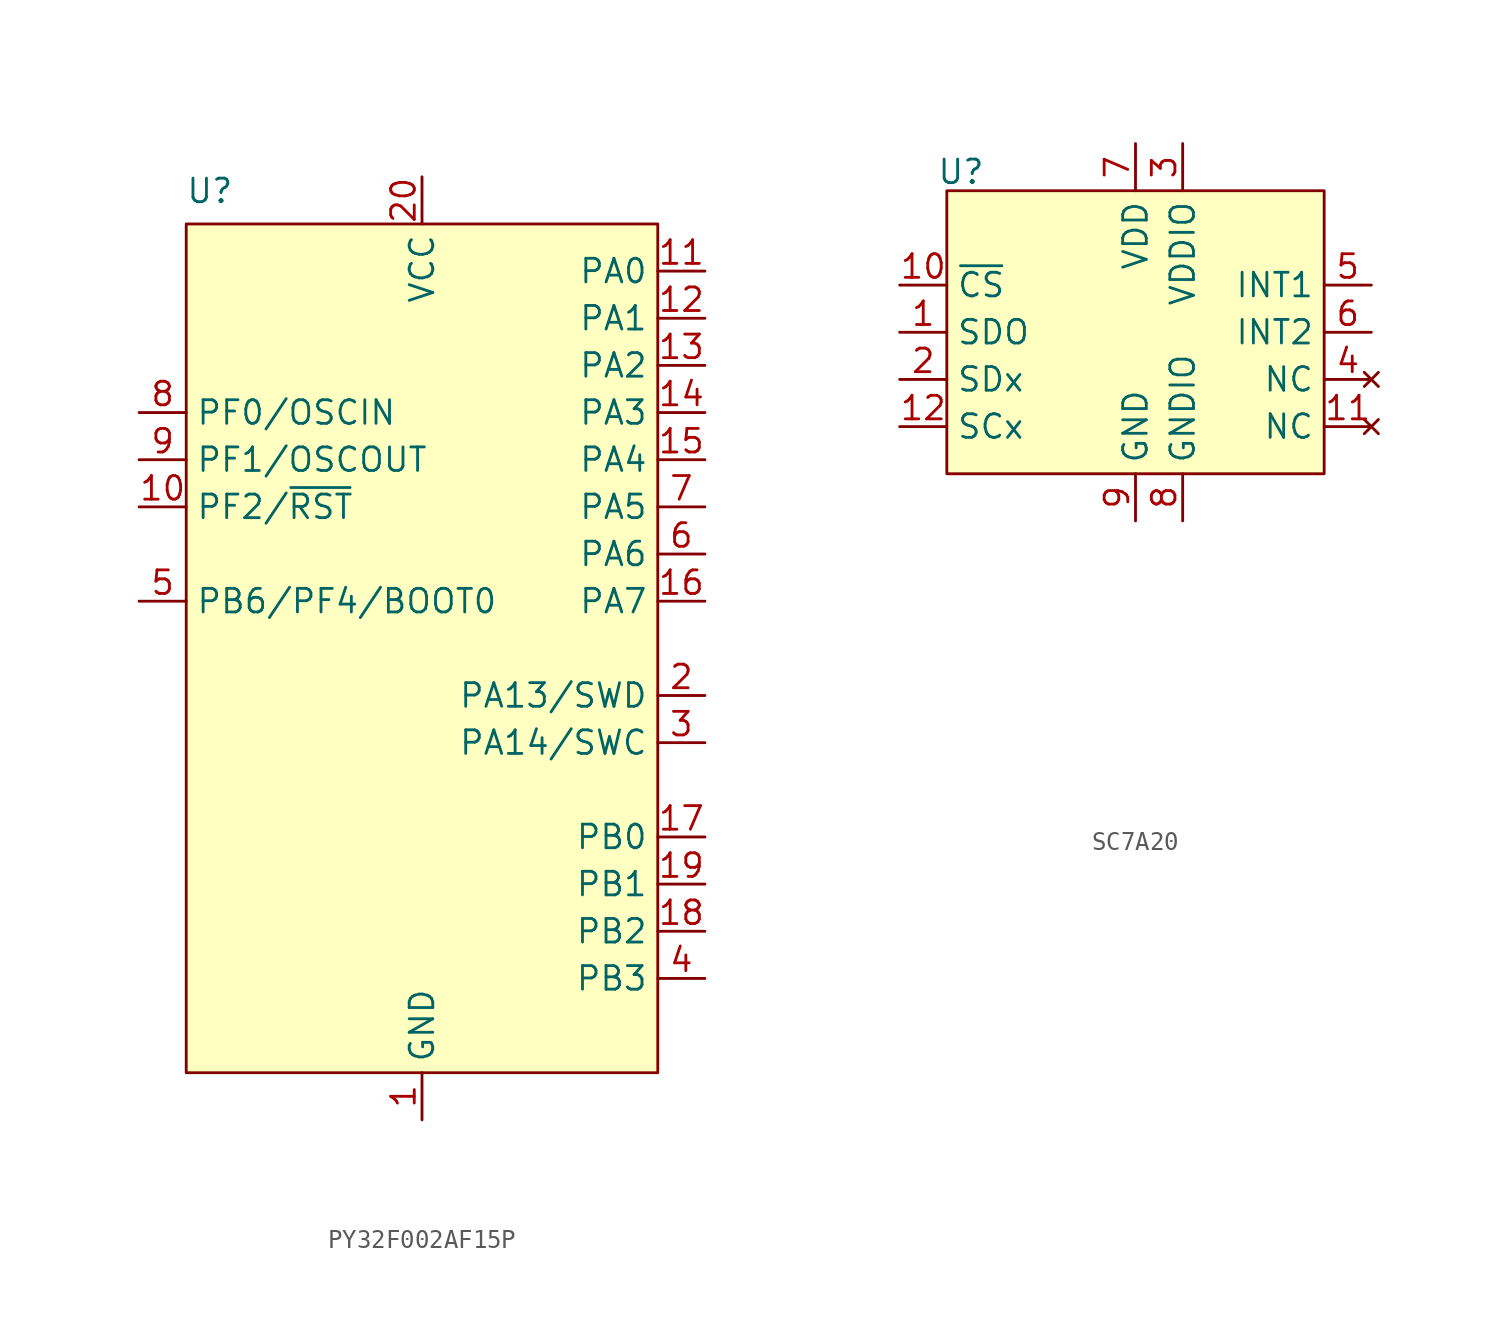
<source format=kicad_sym>
(kicad_symbol_lib
  (version 20231120)
  (generator "kicad_symbol_editor")
  (generator_version "8.0")
  (symbol "PY32F002AF15P"
    (property "Reference" "U"
      (at -11.43 24.638 0)
      (effects (font (size 1.27 1.27))))
    (property "Value" ""
      (at 0 0 0)
      (effects (font (size 1.27 1.27))))
    (symbol "PY32F002AF15P_1_1"
      (rectangle (start -12.7 22.86) (end 12.7 -22.86) (stroke (width 0) (type default)) (fill (type background)))
      (pin power_in line (at 0 -25.4 90) (length 2.54) (name "GND" (effects (font (size 1.27 1.27)))) (number "1" (effects (font (size 1.27 1.27)))))
      (pin bidirectional line (at -15.24 7.62 0) (length 2.54) (name "PF2/~{RST}" (effects (font (size 1.27 1.27)))) (number "10" (effects (font (size 1.27 1.27)))))
      (pin bidirectional line (at 15.24 20.32 180) (length 2.54) (name "PA0" (effects (font (size 1.27 1.27)))) (number "11" (effects (font (size 1.27 1.27)))))
      (pin bidirectional line (at 15.24 17.78 180) (length 2.54) (name "PA1" (effects (font (size 1.27 1.27)))) (number "12" (effects (font (size 1.27 1.27)))))
      (pin bidirectional line (at 15.24 15.24 180) (length 2.54) (name "PA2" (effects (font (size 1.27 1.27)))) (number "13" (effects (font (size 1.27 1.27)))))
      (pin bidirectional line (at 15.24 12.7 180) (length 2.54) (name "PA3" (effects (font (size 1.27 1.27)))) (number "14" (effects (font (size 1.27 1.27)))))
      (pin bidirectional line (at 15.24 10.16 180) (length 2.54) (name "PA4" (effects (font (size 1.27 1.27)))) (number "15" (effects (font (size 1.27 1.27)))))
      (pin bidirectional line (at 15.24 2.54 180) (length 2.54) (name "PA7" (effects (font (size 1.27 1.27)))) (number "16" (effects (font (size 1.27 1.27)))))
      (pin bidirectional line (at 15.24 -10.16 180) (length 2.54) (name "PB0" (effects (font (size 1.27 1.27)))) (number "17" (effects (font (size 1.27 1.27)))))
      (pin bidirectional line (at 15.24 -15.24 180) (length 2.54) (name "PB2" (effects (font (size 1.27 1.27)))) (number "18" (effects (font (size 1.27 1.27)))))
      (pin bidirectional line (at 15.24 -12.7 180) (length 2.54) (name "PB1" (effects (font (size 1.27 1.27)))) (number "19" (effects (font (size 1.27 1.27)))))
      (pin bidirectional line (at 15.24 -2.54 180) (length 2.54) (name "PA13/SWD" (effects (font (size 1.27 1.27)))) (number "2" (effects (font (size 1.27 1.27)))))
      (pin power_in line (at 0 25.4 270) (length 2.54) (name "VCC" (effects (font (size 1.27 1.27)))) (number "20" (effects (font (size 1.27 1.27)))))
      (pin bidirectional line (at 15.24 -5.08 180) (length 2.54) (name "PA14/SWC" (effects (font (size 1.27 1.27)))) (number "3" (effects (font (size 1.27 1.27)))))
      (pin bidirectional line (at 15.24 -17.78 180) (length 2.54) (name "PB3" (effects (font (size 1.27 1.27)))) (number "4" (effects (font (size 1.27 1.27)))))
      (pin bidirectional line (at -15.24 2.54 0) (length 2.54) (name "PB6/PF4/BOOT0" (effects (font (size 1.27 1.27)))) (number "5" (effects (font (size 1.27 1.27)))))
      (pin bidirectional line (at 15.24 5.08 180) (length 2.54) (name "PA6" (effects (font (size 1.27 1.27)))) (number "6" (effects (font (size 1.27 1.27)))))
      (pin bidirectional line (at 15.24 7.62 180) (length 2.54) (name "PA5" (effects (font (size 1.27 1.27)))) (number "7" (effects (font (size 1.27 1.27)))))
      (pin bidirectional line (at -15.24 12.7 0) (length 2.54) (name "PF0/OSCIN" (effects (font (size 1.27 1.27)))) (number "8" (effects (font (size 1.27 1.27)))))
      (pin bidirectional line (at -15.24 10.16 0) (length 2.54) (name "PF1/OSCOUT" (effects (font (size 1.27 1.27)))) (number "9" (effects (font (size 1.27 1.27)))))))
  (symbol "SC7A20"
    (property "Reference" "U"
      (at -9.398 8.636 0)
      (effects (font (size 1.27 1.27))))
    (property "Value" ""
      (at -8.89 -22.86 0)
      (effects (font (size 1.27 1.27))))
    (symbol "SC7A20_1_1"
      (rectangle (start -10.16 7.62) (end 10.16 -7.62) (stroke (width 0) (type default)) (fill (type background)))
      (pin output line (at -12.7 0 0) (length 2.54) (name "SDO" (effects (font (size 1.27 1.27)))) (number "1" (effects (font (size 1.27 1.27)))))
      (pin input line (at -12.7 2.54 0) (length 2.54) (name "~{CS}" (effects (font (size 1.27 1.27)))) (number "10" (effects (font (size 1.27 1.27)))))
      (pin no_connect line (at 12.7 -5.08 180) (length 2.54) (name "NC" (effects (font (size 1.27 1.27)))) (number "11" (effects (font (size 1.27 1.27)))))
      (pin input line (at -12.7 -5.08 0) (length 2.54) (name "SCx" (effects (font (size 1.27 1.27)))) (number "12" (effects (font (size 1.27 1.27)))))
      (pin bidirectional line (at -12.7 -2.54 0) (length 2.54) (name "SDx" (effects (font (size 1.27 1.27)))) (number "2" (effects (font (size 1.27 1.27)))))
      (pin power_in line (at 2.54 10.16 270) (length 2.54) (name "VDDIO" (effects (font (size 1.27 1.27)))) (number "3" (effects (font (size 1.27 1.27)))))
      (pin no_connect line (at 12.7 -2.54 180) (length 2.54) (name "NC" (effects (font (size 1.27 1.27)))) (number "4" (effects (font (size 1.27 1.27)))))
      (pin output line (at 12.7 2.54 180) (length 2.54) (name "INT1" (effects (font (size 1.27 1.27)))) (number "5" (effects (font (size 1.27 1.27)))))
      (pin output line (at 12.7 0 180) (length 2.54) (name "INT2" (effects (font (size 1.27 1.27)))) (number "6" (effects (font (size 1.27 1.27)))))
      (pin power_in line (at 0 10.16 270) (length 2.54) (name "VDD" (effects (font (size 1.27 1.27)))) (number "7" (effects (font (size 1.27 1.27)))))
      (pin power_in line (at 2.54 -10.16 90) (length 2.54) (name "GNDIO" (effects (font (size 1.27 1.27)))) (number "8" (effects (font (size 1.27 1.27)))))
      (pin power_in line (at 0 -10.16 90) (length 2.54) (name "GND" (effects (font (size 1.27 1.27)))) (number "9" (effects (font (size 1.27 1.27))))))))
</source>
